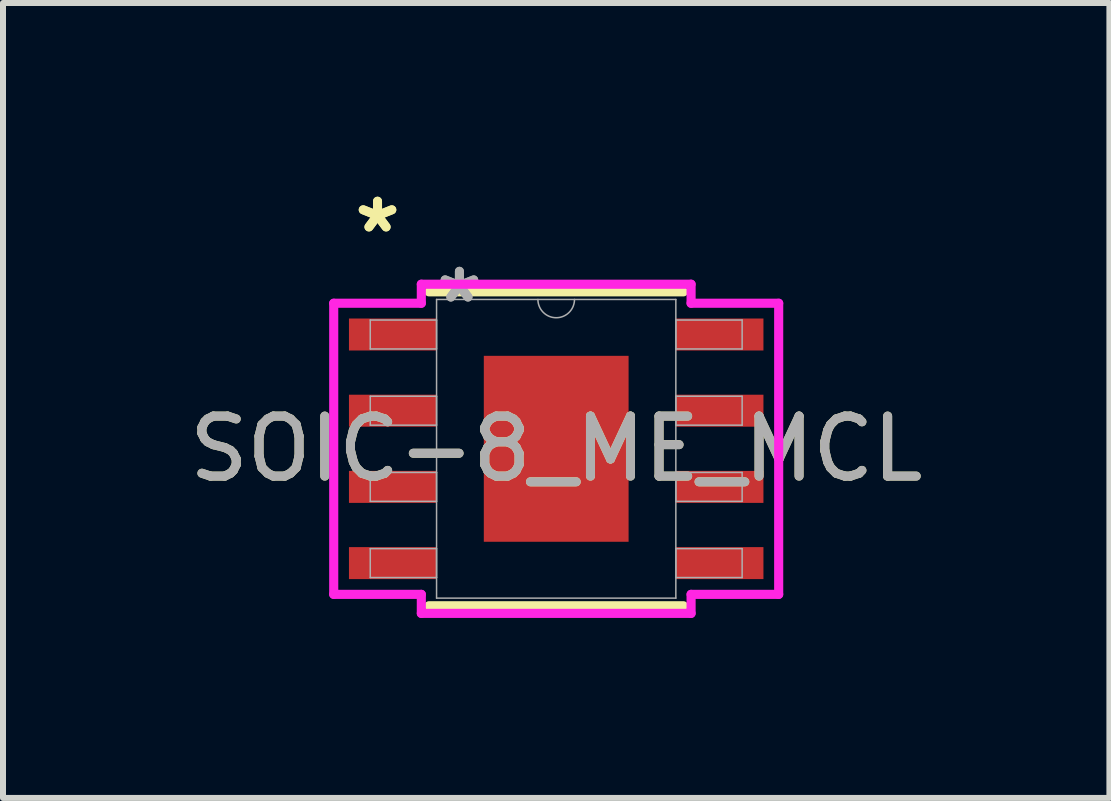
<source format=kicad_pcb>
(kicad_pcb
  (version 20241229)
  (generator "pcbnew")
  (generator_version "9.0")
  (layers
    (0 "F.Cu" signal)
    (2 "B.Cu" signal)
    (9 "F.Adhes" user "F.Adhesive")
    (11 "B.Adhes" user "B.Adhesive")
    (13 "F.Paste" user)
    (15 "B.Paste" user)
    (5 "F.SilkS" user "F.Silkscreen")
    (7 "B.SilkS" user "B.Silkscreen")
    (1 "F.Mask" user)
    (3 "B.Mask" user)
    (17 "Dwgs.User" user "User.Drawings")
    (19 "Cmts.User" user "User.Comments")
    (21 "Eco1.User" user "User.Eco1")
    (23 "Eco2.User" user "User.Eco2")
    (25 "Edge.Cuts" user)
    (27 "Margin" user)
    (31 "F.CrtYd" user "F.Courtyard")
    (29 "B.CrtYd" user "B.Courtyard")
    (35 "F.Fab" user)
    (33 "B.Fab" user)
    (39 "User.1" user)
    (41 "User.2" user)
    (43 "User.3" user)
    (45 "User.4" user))
  (footprint "SOIC-8_ME_MCL"
    (layer "F.Cu")
    (at 6.22 4.43)
    (property "Reference" "SOIC-8_ME_MCL" (at 0 0 0) (unlocked yes) (layer "F.SilkS") (effects (font (size 1 1) (thickness 0.15))))
    (attr smd)
    (fp_line (start -2.121 2.616) (end 2.121 2.616) (stroke (width 0.152) (type solid)) (layer "F.SilkS"))
    (fp_line (start 2.121 -2.616) (end -2.121 -2.616) (stroke (width 0.152) (type solid)) (layer "F.SilkS"))
    (fp_poly (pts (xy -1.107 -1.449) (xy -1.107 -0.1) (xy 1.107 -0.1) (xy 1.107 -1.449)) (stroke (width 0) (type solid)) (fill yes) (layer "F.Paste"))
    (fp_poly (pts (xy -1.107 0.1) (xy -1.107 1.449) (xy 1.107 1.449) (xy 1.107 0.1)) (stroke (width 0) (type solid)) (fill yes) (layer "F.Paste"))
    (fp_line (start -3.708 -2.426) (end -2.248 -2.426) (stroke (width 0.152) (type solid)) (layer "F.CrtYd"))
    (fp_line (start -3.708 2.426) (end -3.708 -2.426) (stroke (width 0.152) (type solid)) (layer "F.CrtYd"))
    (fp_line (start -3.708 2.426) (end -2.248 2.426) (stroke (width 0.152) (type solid)) (layer "F.CrtYd"))
    (fp_line (start -2.248 -2.743) (end 2.248 -2.743) (stroke (width 0.152) (type solid)) (layer "F.CrtYd"))
    (fp_line (start -2.248 -2.426) (end -2.248 -2.743) (stroke (width 0.152) (type solid)) (layer "F.CrtYd"))
    (fp_line (start -2.248 2.743) (end -2.248 2.426) (stroke (width 0.152) (type solid)) (layer "F.CrtYd"))
    (fp_line (start 2.248 -2.743) (end 2.248 -2.426) (stroke (width 0.152) (type solid)) (layer "F.CrtYd"))
    (fp_line (start 2.248 2.426) (end 2.248 2.743) (stroke (width 0.152) (type solid)) (layer "F.CrtYd"))
    (fp_line (start 2.248 2.743) (end -2.248 2.743) (stroke (width 0.152) (type solid)) (layer "F.CrtYd"))
    (fp_line (start 3.708 -2.426) (end 2.248 -2.426) (stroke (width 0.152) (type solid)) (layer "F.CrtYd"))
    (fp_line (start 3.708 -2.426) (end 3.708 2.426) (stroke (width 0.152) (type solid)) (layer "F.CrtYd"))
    (fp_line (start 3.708 2.426) (end 2.248 2.426) (stroke (width 0.152) (type solid)) (layer "F.CrtYd"))
    (fp_line (start -3.099 -2.146) (end -3.099 -1.664) (stroke (width 0.025) (type solid)) (layer "F.Fab"))
    (fp_line (start -3.099 -1.664) (end -1.994 -1.664) (stroke (width 0.025) (type solid)) (layer "F.Fab"))
    (fp_line (start -3.099 -0.876) (end -3.099 -0.394) (stroke (width 0.025) (type solid)) (layer "F.Fab"))
    (fp_line (start -3.099 -0.394) (end -1.994 -0.394) (stroke (width 0.025) (type solid)) (layer "F.Fab"))
    (fp_line (start -3.099 0.394) (end -3.099 0.876) (stroke (width 0.025) (type solid)) (layer "F.Fab"))
    (fp_line (start -3.099 0.876) (end -1.994 0.876) (stroke (width 0.025) (type solid)) (layer "F.Fab"))
    (fp_line (start -3.099 1.664) (end -3.099 2.146) (stroke (width 0.025) (type solid)) (layer "F.Fab"))
    (fp_line (start -3.099 2.146) (end -1.994 2.146) (stroke (width 0.025) (type solid)) (layer "F.Fab"))
    (fp_line (start -1.994 -2.489) (end -1.994 2.489) (stroke (width 0.025) (type solid)) (layer "F.Fab"))
    (fp_line (start -1.994 -2.146) (end -3.099 -2.146) (stroke (width 0.025) (type solid)) (layer "F.Fab"))
    (fp_line (start -1.994 -1.664) (end -1.994 -2.146) (stroke (width 0.025) (type solid)) (layer "F.Fab"))
    (fp_line (start -1.994 -0.876) (end -3.099 -0.876) (stroke (width 0.025) (type solid)) (layer "F.Fab"))
    (fp_line (start -1.994 -0.394) (end -1.994 -0.876) (stroke (width 0.025) (type solid)) (layer "F.Fab"))
    (fp_line (start -1.994 0.394) (end -3.099 0.394) (stroke (width 0.025) (type solid)) (layer "F.Fab"))
    (fp_line (start -1.994 0.876) (end -1.994 0.394) (stroke (width 0.025) (type solid)) (layer "F.Fab"))
    (fp_line (start -1.994 1.664) (end -3.099 1.664) (stroke (width 0.025) (type solid)) (layer "F.Fab"))
    (fp_line (start -1.994 2.146) (end -1.994 1.664) (stroke (width 0.025) (type solid)) (layer "F.Fab"))
    (fp_line (start -1.994 2.489) (end 1.994 2.489) (stroke (width 0.025) (type solid)) (layer "F.Fab"))
    (fp_line (start 1.994 -2.489) (end -1.994 -2.489) (stroke (width 0.025) (type solid)) (layer "F.Fab"))
    (fp_line (start 1.994 -2.146) (end 1.994 -1.664) (stroke (width 0.025) (type solid)) (layer "F.Fab"))
    (fp_line (start 1.994 -1.664) (end 3.099 -1.664) (stroke (width 0.025) (type solid)) (layer "F.Fab"))
    (fp_line (start 1.994 -0.876) (end 1.994 -0.394) (stroke (width 0.025) (type solid)) (layer "F.Fab"))
    (fp_line (start 1.994 -0.394) (end 3.099 -0.394) (stroke (width 0.025) (type solid)) (layer "F.Fab"))
    (fp_line (start 1.994 0.394) (end 1.994 0.876) (stroke (width 0.025) (type solid)) (layer "F.Fab"))
    (fp_line (start 1.994 0.876) (end 3.099 0.876) (stroke (width 0.025) (type solid)) (layer "F.Fab"))
    (fp_line (start 1.994 1.664) (end 1.994 2.146) (stroke (width 0.025) (type solid)) (layer "F.Fab"))
    (fp_line (start 1.994 2.146) (end 3.099 2.146) (stroke (width 0.025) (type solid)) (layer "F.Fab"))
    (fp_line (start 1.994 2.489) (end 1.994 -2.489) (stroke (width 0.025) (type solid)) (layer "F.Fab"))
    (fp_line (start 3.099 -2.146) (end 1.994 -2.146) (stroke (width 0.025) (type solid)) (layer "F.Fab"))
    (fp_line (start 3.099 -1.664) (end 3.099 -2.146) (stroke (width 0.025) (type solid)) (layer "F.Fab"))
    (fp_line (start 3.099 -0.876) (end 1.994 -0.876) (stroke (width 0.025) (type solid)) (layer "F.Fab"))
    (fp_line (start 3.099 -0.394) (end 3.099 -0.876) (stroke (width 0.025) (type solid)) (layer "F.Fab"))
    (fp_line (start 3.099 0.394) (end 1.994 0.394) (stroke (width 0.025) (type solid)) (layer "F.Fab"))
    (fp_line (start 3.099 0.876) (end 3.099 0.394) (stroke (width 0.025) (type solid)) (layer "F.Fab"))
    (fp_line (start 3.099 1.664) (end 1.994 1.664) (stroke (width 0.025) (type solid)) (layer "F.Fab"))
    (fp_line (start 3.099 2.146) (end 3.099 1.664) (stroke (width 0.025) (type solid)) (layer "F.Fab"))
    (fp_arc (start 0.3048 -2.4892) (mid 0 -2.1844) (end -0.3048 -2.4892) (stroke (width 0.0254) (type solid)) (layer "F.Fab"))
    (fp_text user "*" (at -2.978 -3.581 0) (unlocked yes) (layer "F.SilkS") (effects (font (size 1 1) (thickness 0.15))))
    (fp_text user "*" (at -2.978 -3.581 0) (layer "F.SilkS") (effects (font (size 1 1) (thickness 0.15))))
    (fp_text user "*" (at -1.613 -2.413 0) (layer "F.Fab") (effects (font (size 1 1) (thickness 0.15))))
    (fp_text user "*" (at -1.613 -2.413 0) (unlocked yes) (layer "F.Fab") (effects (font (size 1 1) (thickness 0.15))))
    (fp_text user "${REFERENCE}" (at 0 0 0) (unlocked yes) (layer "F.Fab") (effects (font (size 1 1) (thickness 0.15))))
    (pad "1" smd rect (at -2.724 -1.905) (size 1.46 0.533) (layers "F.Cu" "F.Mask" "F.Paste"))
    (pad "2" smd rect (at -2.724 -0.635) (size 1.46 0.533) (layers "F.Cu" "F.Mask" "F.Paste"))
    (pad "3" smd rect (at -2.724 0.635) (size 1.46 0.533) (layers "F.Cu" "F.Mask" "F.Paste"))
    (pad "4" smd rect (at -2.724 1.905) (size 1.46 0.533) (layers "F.Cu" "F.Mask" "F.Paste"))
    (pad "5" smd rect (at 2.724 1.905) (size 1.46 0.533) (layers "F.Cu" "F.Mask" "F.Paste"))
    (pad "6" smd rect (at 2.724 0.635) (size 1.46 0.533) (layers "F.Cu" "F.Mask" "F.Paste"))
    (pad "7" smd rect (at 2.724 -0.635) (size 1.46 0.533) (layers "F.Cu" "F.Mask" "F.Paste"))
    (pad "8" smd rect (at 2.724 -1.905) (size 1.46 0.533) (layers "F.Cu" "F.Mask" "F.Paste"))
    (pad "EPAD" smd rect (at 0 0) (size 2.413 3.099) (layers "F.Cu" "F.Mask")))
  (gr_rect
    (start -3 -3)
    (end 15.44 10.249)
    (stroke (width 0.1) (type default))
    (fill no)
    (layer "Edge.Cuts")))
</source>
